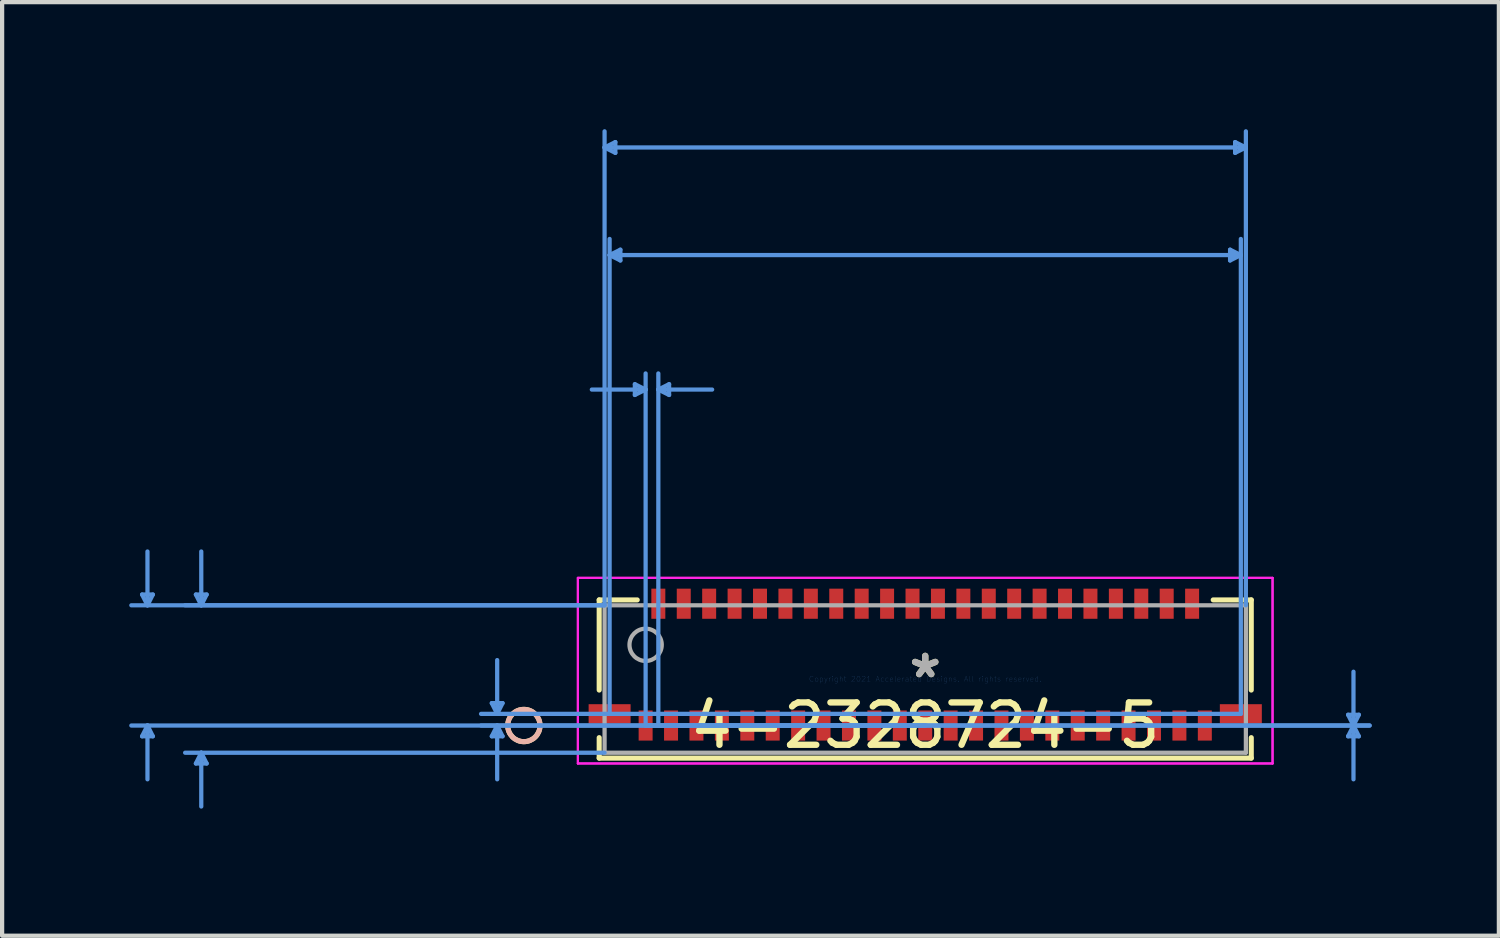
<source format=kicad_pcb>
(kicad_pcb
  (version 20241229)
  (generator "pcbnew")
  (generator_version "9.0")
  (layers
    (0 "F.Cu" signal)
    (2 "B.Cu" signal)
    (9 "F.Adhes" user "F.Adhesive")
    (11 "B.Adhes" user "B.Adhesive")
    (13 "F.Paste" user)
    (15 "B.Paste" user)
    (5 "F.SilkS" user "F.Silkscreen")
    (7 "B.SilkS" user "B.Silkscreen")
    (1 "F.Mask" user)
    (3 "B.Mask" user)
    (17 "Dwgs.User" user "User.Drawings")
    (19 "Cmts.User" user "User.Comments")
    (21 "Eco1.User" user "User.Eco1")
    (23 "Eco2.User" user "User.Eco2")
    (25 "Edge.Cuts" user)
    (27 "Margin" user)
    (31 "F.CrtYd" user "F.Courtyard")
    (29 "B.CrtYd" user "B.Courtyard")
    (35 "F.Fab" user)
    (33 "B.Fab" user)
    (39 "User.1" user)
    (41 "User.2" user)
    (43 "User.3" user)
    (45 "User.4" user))
  (footprint "4-2328724-5"
    (layer "F.Cu")
    (at 18.79 12.978)
    (property "Reference" "4-2328724-5" (at 0 1.098 0) (layer "F.SilkS") (effects (font (size 1 1) (thickness 0.15))))
    (attr through_hole)
    (fp_line (start -7.696 -1.867) (end -7.696 0.261) (stroke (width 0.12) (type solid)) (layer "F.SilkS"))
    (fp_line (start -7.696 1.384) (end -7.696 1.867) (stroke (width 0.12) (type solid)) (layer "F.SilkS"))
    (fp_line (start -7.696 1.867) (end 7.696 1.867) (stroke (width 0.12) (type solid)) (layer "F.SilkS"))
    (fp_line (start -6.798 -1.867) (end -7.696 -1.867) (stroke (width 0.12) (type solid)) (layer "F.SilkS"))
    (fp_line (start 7.696 -1.867) (end 6.798 -1.867) (stroke (width 0.12) (type solid)) (layer "F.SilkS"))
    (fp_line (start 7.696 0.261) (end 7.696 -1.867) (stroke (width 0.12) (type solid)) (layer "F.SilkS"))
    (fp_line (start 7.696 1.867) (end 7.696 1.384) (stroke (width 0.12) (type solid)) (layer "F.SilkS"))
    (fp_circle (center -9.474 1.098) (end -9.093 1.098) (stroke (width 0.12) (type solid)) (fill no) (layer "F.SilkS"))
    (fp_circle (center -9.474 1.098) (end -9.093 1.098) (stroke (width 0.12) (type solid)) (fill no) (layer "B.SilkS"))
    (fp_line (start -18.486 -1.994) (end -18.232 -1.994) (stroke (width 0.1) (type solid)) (layer "Cmts.User"))
    (fp_line (start -18.486 1.352) (end -18.232 1.352) (stroke (width 0.1) (type solid)) (layer "Cmts.User"))
    (fp_line (start -18.359 -1.74) (end -18.486 -1.994) (stroke (width 0.1) (type solid)) (layer "Cmts.User"))
    (fp_line (start -18.359 -1.74) (end -18.359 -3.01) (stroke (width 0.1) (type solid)) (layer "Cmts.User"))
    (fp_line (start -18.359 -1.74) (end -18.232 -1.994) (stroke (width 0.1) (type solid)) (layer "Cmts.User"))
    (fp_line (start -18.359 1.098) (end -18.486 1.352) (stroke (width 0.1) (type solid)) (layer "Cmts.User"))
    (fp_line (start -18.359 1.098) (end -18.359 2.368) (stroke (width 0.1) (type solid)) (layer "Cmts.User"))
    (fp_line (start -18.359 1.098) (end -18.232 1.352) (stroke (width 0.1) (type solid)) (layer "Cmts.User"))
    (fp_line (start -17.216 -1.994) (end -16.962 -1.994) (stroke (width 0.1) (type solid)) (layer "Cmts.User"))
    (fp_line (start -17.216 1.994) (end -16.962 1.994) (stroke (width 0.1) (type solid)) (layer "Cmts.User"))
    (fp_line (start -17.089 -1.74) (end -17.216 -1.994) (stroke (width 0.1) (type solid)) (layer "Cmts.User"))
    (fp_line (start -17.089 -1.74) (end -17.089 -3.01) (stroke (width 0.1) (type solid)) (layer "Cmts.User"))
    (fp_line (start -17.089 -1.74) (end -16.962 -1.994) (stroke (width 0.1) (type solid)) (layer "Cmts.User"))
    (fp_line (start -17.089 1.74) (end -17.216 1.994) (stroke (width 0.1) (type solid)) (layer "Cmts.User"))
    (fp_line (start -17.089 1.74) (end -17.089 3.01) (stroke (width 0.1) (type solid)) (layer "Cmts.User"))
    (fp_line (start -17.089 1.74) (end -16.962 1.994) (stroke (width 0.1) (type solid)) (layer "Cmts.User"))
    (fp_line (start -10.231 0.569) (end -9.977 0.569) (stroke (width 0.1) (type solid)) (layer "Cmts.User"))
    (fp_line (start -10.231 1.352) (end -9.977 1.352) (stroke (width 0.1) (type solid)) (layer "Cmts.User"))
    (fp_line (start -10.104 0.823) (end -10.231 0.569) (stroke (width 0.1) (type solid)) (layer "Cmts.User"))
    (fp_line (start -10.104 0.823) (end -10.104 -0.447) (stroke (width 0.1) (type solid)) (layer "Cmts.User"))
    (fp_line (start -10.104 0.823) (end -9.977 0.569) (stroke (width 0.1) (type solid)) (layer "Cmts.User"))
    (fp_line (start -10.104 1.098) (end -10.231 1.352) (stroke (width 0.1) (type solid)) (layer "Cmts.User"))
    (fp_line (start -10.104 1.098) (end -10.104 2.368) (stroke (width 0.1) (type solid)) (layer "Cmts.User"))
    (fp_line (start -10.104 1.098) (end -9.977 1.352) (stroke (width 0.1) (type solid)) (layer "Cmts.User"))
    (fp_line (start -7.569 -12.547) (end -7.315 -12.674) (stroke (width 0.1) (type solid)) (layer "Cmts.User"))
    (fp_line (start -7.569 -12.547) (end -7.315 -12.42) (stroke (width 0.1) (type solid)) (layer "Cmts.User"))
    (fp_line (start -7.569 -12.547) (end 7.569 -12.547) (stroke (width 0.1) (type solid)) (layer "Cmts.User"))
    (fp_line (start -7.569 -1.74) (end -18.74 -1.74) (stroke (width 0.1) (type solid)) (layer "Cmts.User"))
    (fp_line (start -7.569 -1.74) (end -17.47 -1.74) (stroke (width 0.1) (type solid)) (layer "Cmts.User"))
    (fp_line (start -7.569 -1.74) (end -7.569 -12.928) (stroke (width 0.1) (type solid)) (layer "Cmts.User"))
    (fp_line (start -7.569 1.74) (end -17.47 1.74) (stroke (width 0.1) (type solid)) (layer "Cmts.User"))
    (fp_line (start -7.45 -10.007) (end -7.196 -10.134) (stroke (width 0.1) (type solid)) (layer "Cmts.User"))
    (fp_line (start -7.45 -10.007) (end -7.196 -9.88) (stroke (width 0.1) (type solid)) (layer "Cmts.User"))
    (fp_line (start -7.45 -10.007) (end 7.45 -10.007) (stroke (width 0.1) (type solid)) (layer "Cmts.User"))
    (fp_line (start -7.45 0.823) (end -7.45 -10.388) (stroke (width 0.1) (type solid)) (layer "Cmts.User"))
    (fp_line (start -7.315 -12.674) (end -7.315 -12.42) (stroke (width 0.1) (type solid)) (layer "Cmts.User"))
    (fp_line (start -7.196 -10.134) (end -7.196 -9.88) (stroke (width 0.1) (type solid)) (layer "Cmts.User"))
    (fp_line (start -6.854 -6.959) (end -6.854 -6.705) (stroke (width 0.1) (type solid)) (layer "Cmts.User"))
    (fp_line (start -6.6 -6.832) (end -7.87 -6.832) (stroke (width 0.1) (type solid)) (layer "Cmts.User"))
    (fp_line (start -6.6 -6.832) (end -6.854 -6.959) (stroke (width 0.1) (type solid)) (layer "Cmts.User"))
    (fp_line (start -6.6 -6.832) (end -6.854 -6.705) (stroke (width 0.1) (type solid)) (layer "Cmts.User"))
    (fp_line (start -6.6 1.098) (end -6.6 -7.213) (stroke (width 0.1) (type solid)) (layer "Cmts.User"))
    (fp_line (start -6.6 1.098) (end 10.49 1.098) (stroke (width 0.1) (type solid)) (layer "Cmts.User"))
    (fp_line (start -6.6 1.098) (end 10.49 1.098) (stroke (width 0.1) (type solid)) (layer "Cmts.User"))
    (fp_line (start -6.3 -6.832) (end -6.046 -6.959) (stroke (width 0.1) (type solid)) (layer "Cmts.User"))
    (fp_line (start -6.3 -6.832) (end -6.046 -6.705) (stroke (width 0.1) (type solid)) (layer "Cmts.User"))
    (fp_line (start -6.3 -6.832) (end -5.03 -6.832) (stroke (width 0.1) (type solid)) (layer "Cmts.User"))
    (fp_line (start -6.3 1.098) (end -6.3 -7.213) (stroke (width 0.1) (type solid)) (layer "Cmts.User"))
    (fp_line (start -6.046 -6.959) (end -6.046 -6.705) (stroke (width 0.1) (type solid)) (layer "Cmts.User"))
    (fp_line (start 0 1.098) (end -18.74 1.098) (stroke (width 0.1) (type solid)) (layer "Cmts.User"))
    (fp_line (start 0 1.098) (end -10.485 1.098) (stroke (width 0.1) (type solid)) (layer "Cmts.User"))
    (fp_line (start 7.196 -10.134) (end 7.196 -9.88) (stroke (width 0.1) (type solid)) (layer "Cmts.User"))
    (fp_line (start 7.315 -12.674) (end 7.315 -12.42) (stroke (width 0.1) (type solid)) (layer "Cmts.User"))
    (fp_line (start 7.45 -10.007) (end 7.196 -10.134) (stroke (width 0.1) (type solid)) (layer "Cmts.User"))
    (fp_line (start 7.45 -10.007) (end 7.196 -9.88) (stroke (width 0.1) (type solid)) (layer "Cmts.User"))
    (fp_line (start 7.45 0.823) (end -10.485 0.823) (stroke (width 0.1) (type solid)) (layer "Cmts.User"))
    (fp_line (start 7.45 0.823) (end 7.45 -10.388) (stroke (width 0.1) (type solid)) (layer "Cmts.User"))
    (fp_line (start 7.569 -12.547) (end 7.315 -12.674) (stroke (width 0.1) (type solid)) (layer "Cmts.User"))
    (fp_line (start 7.569 -12.547) (end 7.315 -12.42) (stroke (width 0.1) (type solid)) (layer "Cmts.User"))
    (fp_line (start 7.569 -1.74) (end 7.569 -12.928) (stroke (width 0.1) (type solid)) (layer "Cmts.User"))
    (fp_line (start 9.982 0.844) (end 10.236 0.844) (stroke (width 0.1) (type solid)) (layer "Cmts.User"))
    (fp_line (start 9.982 1.352) (end 10.236 1.352) (stroke (width 0.1) (type solid)) (layer "Cmts.User"))
    (fp_line (start 10.109 1.098) (end 9.982 0.844) (stroke (width 0.1) (type solid)) (layer "Cmts.User"))
    (fp_line (start 10.109 1.098) (end 9.982 1.352) (stroke (width 0.1) (type solid)) (layer "Cmts.User"))
    (fp_line (start 10.109 1.098) (end 10.109 -0.172) (stroke (width 0.1) (type solid)) (layer "Cmts.User"))
    (fp_line (start 10.109 1.098) (end 10.109 2.368) (stroke (width 0.1) (type solid)) (layer "Cmts.User"))
    (fp_line (start 10.109 1.098) (end 10.236 0.844) (stroke (width 0.1) (type solid)) (layer "Cmts.User"))
    (fp_line (start 10.109 1.098) (end 10.236 1.352) (stroke (width 0.1) (type solid)) (layer "Cmts.User"))
    (fp_line (start -8.199 -2.387) (end -8.199 1.994) (stroke (width 0.05) (type solid)) (layer "F.CrtYd"))
    (fp_line (start -8.199 -2.387) (end -8.199 1.994) (stroke (width 0.05) (type solid)) (layer "F.CrtYd"))
    (fp_line (start -8.199 1.994) (end 8.199 1.994) (stroke (width 0.05) (type solid)) (layer "F.CrtYd"))
    (fp_line (start -8.199 1.994) (end 8.199 1.994) (stroke (width 0.05) (type solid)) (layer "F.CrtYd"))
    (fp_line (start 8.199 -2.387) (end -8.199 -2.387) (stroke (width 0.05) (type solid)) (layer "F.CrtYd"))
    (fp_line (start 8.199 -2.387) (end -8.199 -2.387) (stroke (width 0.05) (type solid)) (layer "F.CrtYd"))
    (fp_line (start 8.199 1.994) (end 8.199 -2.387) (stroke (width 0.05) (type solid)) (layer "F.CrtYd"))
    (fp_line (start 8.199 1.994) (end 8.199 -2.387) (stroke (width 0.05) (type solid)) (layer "F.CrtYd"))
    (fp_line (start -7.569 -1.74) (end -7.569 1.74) (stroke (width 0.1) (type solid)) (layer "F.Fab"))
    (fp_line (start -7.569 1.74) (end 7.569 1.74) (stroke (width 0.1) (type solid)) (layer "F.Fab"))
    (fp_line (start 7.569 -1.74) (end -7.569 -1.74) (stroke (width 0.1) (type solid)) (layer "F.Fab"))
    (fp_line (start 7.569 1.74) (end 7.569 -1.74) (stroke (width 0.1) (type solid)) (layer "F.Fab"))
    (fp_circle (center -6.6 -0.807) (end -6.219 -0.807) (stroke (width 0.1) (type solid)) (fill no) (layer "F.Fab"))
    (fp_text user "*" (at 0 0 0) (layer "F.SilkS") (effects (font (size 1 1) (thickness 0.15))))
    (fp_text user "Copyright 2021 Accelerated Designs. All rights reserved." (at 0 0 0) (layer "Cmts.User") (effects (font (size 0.127 0.127) (thickness 0.002))))
    (fp_text user "*" (at 0 0 0) (layer "F.Fab") (effects (font (size 1 1) (thickness 0.15))))
    (pad "1" smd rect (at -6.6 1.098) (size 0.33 0.711) (layers "F.Cu" "F.Mask" "F.Paste"))
    (pad "2" smd rect (at -6.3 -1.777) (size 0.33 0.711) (layers "F.Cu" "F.Mask" "F.Paste"))
    (pad "3" smd rect (at -6 1.098) (size 0.33 0.711) (layers "F.Cu" "F.Mask" "F.Paste"))
    (pad "4" smd rect (at -5.7 -1.777) (size 0.33 0.711) (layers "F.Cu" "F.Mask" "F.Paste"))
    (pad "5" smd rect (at -5.4 1.098) (size 0.33 0.711) (layers "F.Cu" "F.Mask" "F.Paste"))
    (pad "6" smd rect (at -5.1 -1.777) (size 0.33 0.711) (layers "F.Cu" "F.Mask" "F.Paste"))
    (pad "7" smd rect (at -4.8 1.098) (size 0.33 0.711) (layers "F.Cu" "F.Mask" "F.Paste"))
    (pad "8" smd rect (at -4.5 -1.777) (size 0.33 0.711) (layers "F.Cu" "F.Mask" "F.Paste"))
    (pad "9" smd rect (at -4.2 1.098) (size 0.33 0.711) (layers "F.Cu" "F.Mask" "F.Paste"))
    (pad "10" smd rect (at -3.9 -1.777) (size 0.33 0.711) (layers "F.Cu" "F.Mask" "F.Paste"))
    (pad "11" smd rect (at -3.6 1.098) (size 0.33 0.711) (layers "F.Cu" "F.Mask" "F.Paste"))
    (pad "12" smd rect (at -3.3 -1.777) (size 0.33 0.711) (layers "F.Cu" "F.Mask" "F.Paste"))
    (pad "13" smd rect (at -3 1.098) (size 0.33 0.711) (layers "F.Cu" "F.Mask" "F.Paste"))
    (pad "14" smd rect (at -2.7 -1.777) (size 0.33 0.711) (layers "F.Cu" "F.Mask" "F.Paste"))
    (pad "15" smd rect (at -2.4 1.098) (size 0.33 0.711) (layers "F.Cu" "F.Mask" "F.Paste"))
    (pad "16" smd rect (at -2.1 -1.777) (size 0.33 0.711) (layers "F.Cu" "F.Mask" "F.Paste"))
    (pad "17" smd rect (at -1.8 1.098) (size 0.33 0.711) (layers "F.Cu" "F.Mask" "F.Paste"))
    (pad "18" smd rect (at -1.5 -1.777) (size 0.33 0.711) (layers "F.Cu" "F.Mask" "F.Paste"))
    (pad "19" smd rect (at -1.2 1.098) (size 0.33 0.711) (layers "F.Cu" "F.Mask" "F.Paste"))
    (pad "20" smd rect (at -0.9 -1.777) (size 0.33 0.711) (layers "F.Cu" "F.Mask" "F.Paste"))
    (pad "21" smd rect (at -0.6 1.098) (size 0.33 0.711) (layers "F.Cu" "F.Mask" "F.Paste"))
    (pad "22" smd rect (at -0.3 -1.777) (size 0.33 0.711) (layers "F.Cu" "F.Mask" "F.Paste"))
    (pad "23" smd rect (at 0 1.098) (size 0.33 0.711) (layers "F.Cu" "F.Mask" "F.Paste"))
    (pad "24" smd rect (at 0.3 -1.777) (size 0.33 0.711) (layers "F.Cu" "F.Mask" "F.Paste"))
    (pad "25" smd rect (at 0.6 1.098) (size 0.33 0.711) (layers "F.Cu" "F.Mask" "F.Paste"))
    (pad "26" smd rect (at 0.9 -1.777) (size 0.33 0.711) (layers "F.Cu" "F.Mask" "F.Paste"))
    (pad "27" smd rect (at 1.2 1.098) (size 0.33 0.711) (layers "F.Cu" "F.Mask" "F.Paste"))
    (pad "28" smd rect (at 1.5 -1.777) (size 0.33 0.711) (layers "F.Cu" "F.Mask" "F.Paste"))
    (pad "29" smd rect (at 1.8 1.098) (size 0.33 0.711) (layers "F.Cu" "F.Mask" "F.Paste"))
    (pad "30" smd rect (at 2.1 -1.777) (size 0.33 0.711) (layers "F.Cu" "F.Mask" "F.Paste"))
    (pad "31" smd rect (at 2.4 1.098) (size 0.33 0.711) (layers "F.Cu" "F.Mask" "F.Paste"))
    (pad "32" smd rect (at 2.7 -1.777) (size 0.33 0.711) (layers "F.Cu" "F.Mask" "F.Paste"))
    (pad "33" smd rect (at 3 1.098) (size 0.33 0.711) (layers "F.Cu" "F.Mask" "F.Paste"))
    (pad "34" smd rect (at 3.3 -1.777) (size 0.33 0.711) (layers "F.Cu" "F.Mask" "F.Paste"))
    (pad "35" smd rect (at 3.6 1.098) (size 0.33 0.711) (layers "F.Cu" "F.Mask" "F.Paste"))
    (pad "36" smd rect (at 3.9 -1.777) (size 0.33 0.711) (layers "F.Cu" "F.Mask" "F.Paste"))
    (pad "37" smd rect (at 4.2 1.098) (size 0.33 0.711) (layers "F.Cu" "F.Mask" "F.Paste"))
    (pad "38" smd rect (at 4.5 -1.777) (size 0.33 0.711) (layers "F.Cu" "F.Mask" "F.Paste"))
    (pad "39" smd rect (at 4.8 1.098) (size 0.33 0.711) (layers "F.Cu" "F.Mask" "F.Paste"))
    (pad "40" smd rect (at 5.1 -1.777) (size 0.33 0.711) (layers "F.Cu" "F.Mask" "F.Paste"))
    (pad "41" smd rect (at 5.4 1.098) (size 0.33 0.711) (layers "F.Cu" "F.Mask" "F.Paste"))
    (pad "42" smd rect (at 5.7 -1.777) (size 0.33 0.711) (layers "F.Cu" "F.Mask" "F.Paste"))
    (pad "43" smd rect (at 6 1.098) (size 0.33 0.711) (layers "F.Cu" "F.Mask" "F.Paste"))
    (pad "44" smd rect (at 6.3 -1.777) (size 0.33 0.711) (layers "F.Cu" "F.Mask" "F.Paste"))
    (pad "45" smd rect (at 6.6 1.098) (size 0.33 0.711) (layers "F.Cu" "F.Mask" "F.Paste"))
    (pad "46" smd rect (at -7.45 0.823) (size 0.991 0.457) (layers "F.Cu" "F.Mask" "F.Paste"))
    (pad "47" smd rect (at 7.45 0.823) (size 0.991 0.457) (layers "F.Cu" "F.Mask" "F.Paste")))
  (gr_rect
    (start -3 -3)
    (end 32.331 19.038)
    (stroke (width 0.1) (type default))
    (fill no)
    (layer "Edge.Cuts")))
</source>
